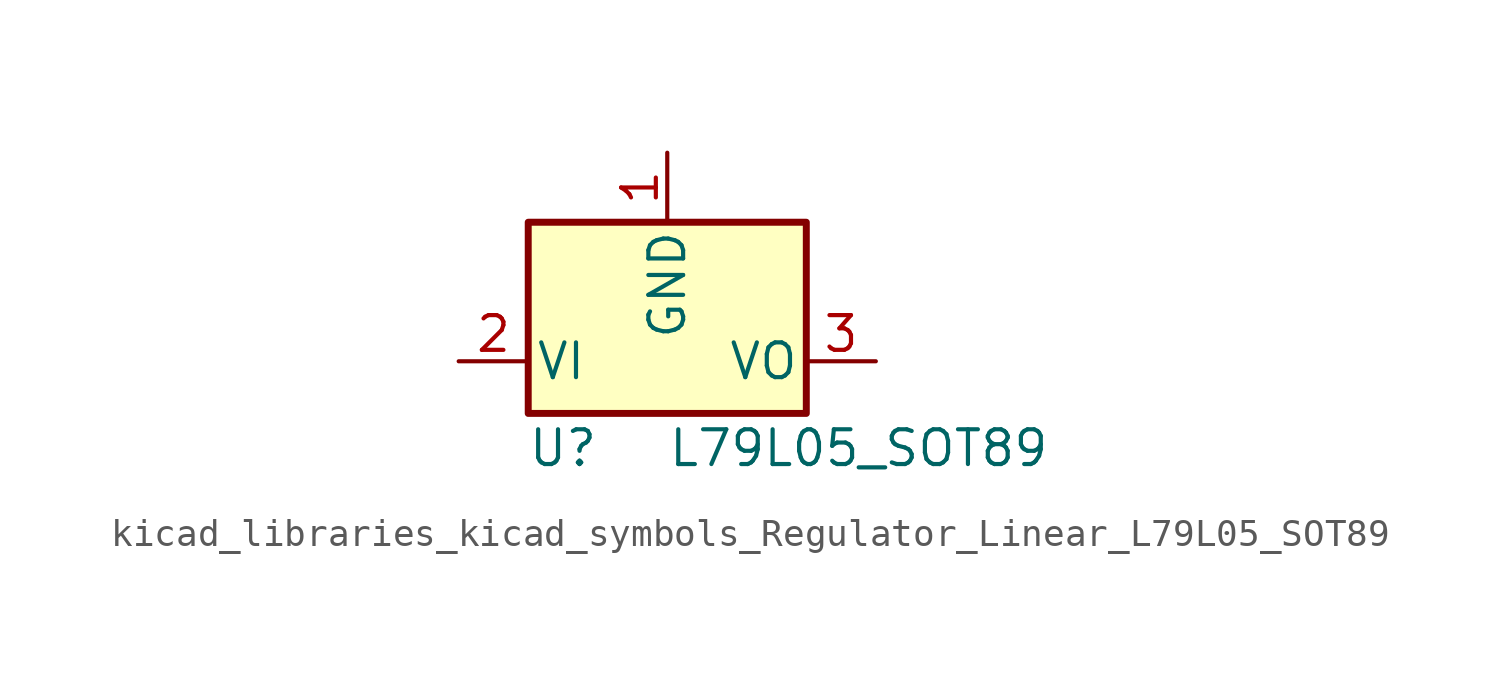
<source format=kicad_sym>
(kicad_symbol_lib
  (version 20220914)
  (generator kicad_symbol_editor)
  (symbol "kicad_libraries_kicad_symbols_Regulator_Linear_L79L05_SOT89"
    (pin_names
      (offset 0.254))
    (property "Reference" "U"
      (at -3.81 -3.175 0)
      (effects (font (size 1.27 1.27))))
    (property "Value" "L79L05_SOT89"
      (at 0 -3.175 0)
      (effects (font (size 1.27 1.27)) (justify left)))
    (symbol "kicad_libraries_kicad_symbols_Regulator_Linear_L79L05_SOT89_0_1"
      (rectangle (start -5.08 5.08) (end 5.08 -1.905) (stroke (width 0.254) (type default)) (fill (type background))))
    (symbol "kicad_libraries_kicad_symbols_Regulator_Linear_L79L05_SOT89_1_1"
      (pin power_in line (at 0 7.62 270) (length 2.54) (name "GND" (effects (font (size 1.27 1.27)))) (number "1" (effects (font (size 1.27 1.27)))))
      (pin power_in line (at -7.62 0 0) (length 2.54) (name "VI" (effects (font (size 1.27 1.27)))) (number "2" (effects (font (size 1.27 1.27)))))
      (pin power_out line (at 7.62 0 180) (length 2.54) (name "VO" (effects (font (size 1.27 1.27)))) (number "3" (effects (font (size 1.27 1.27))))))))
</source>
